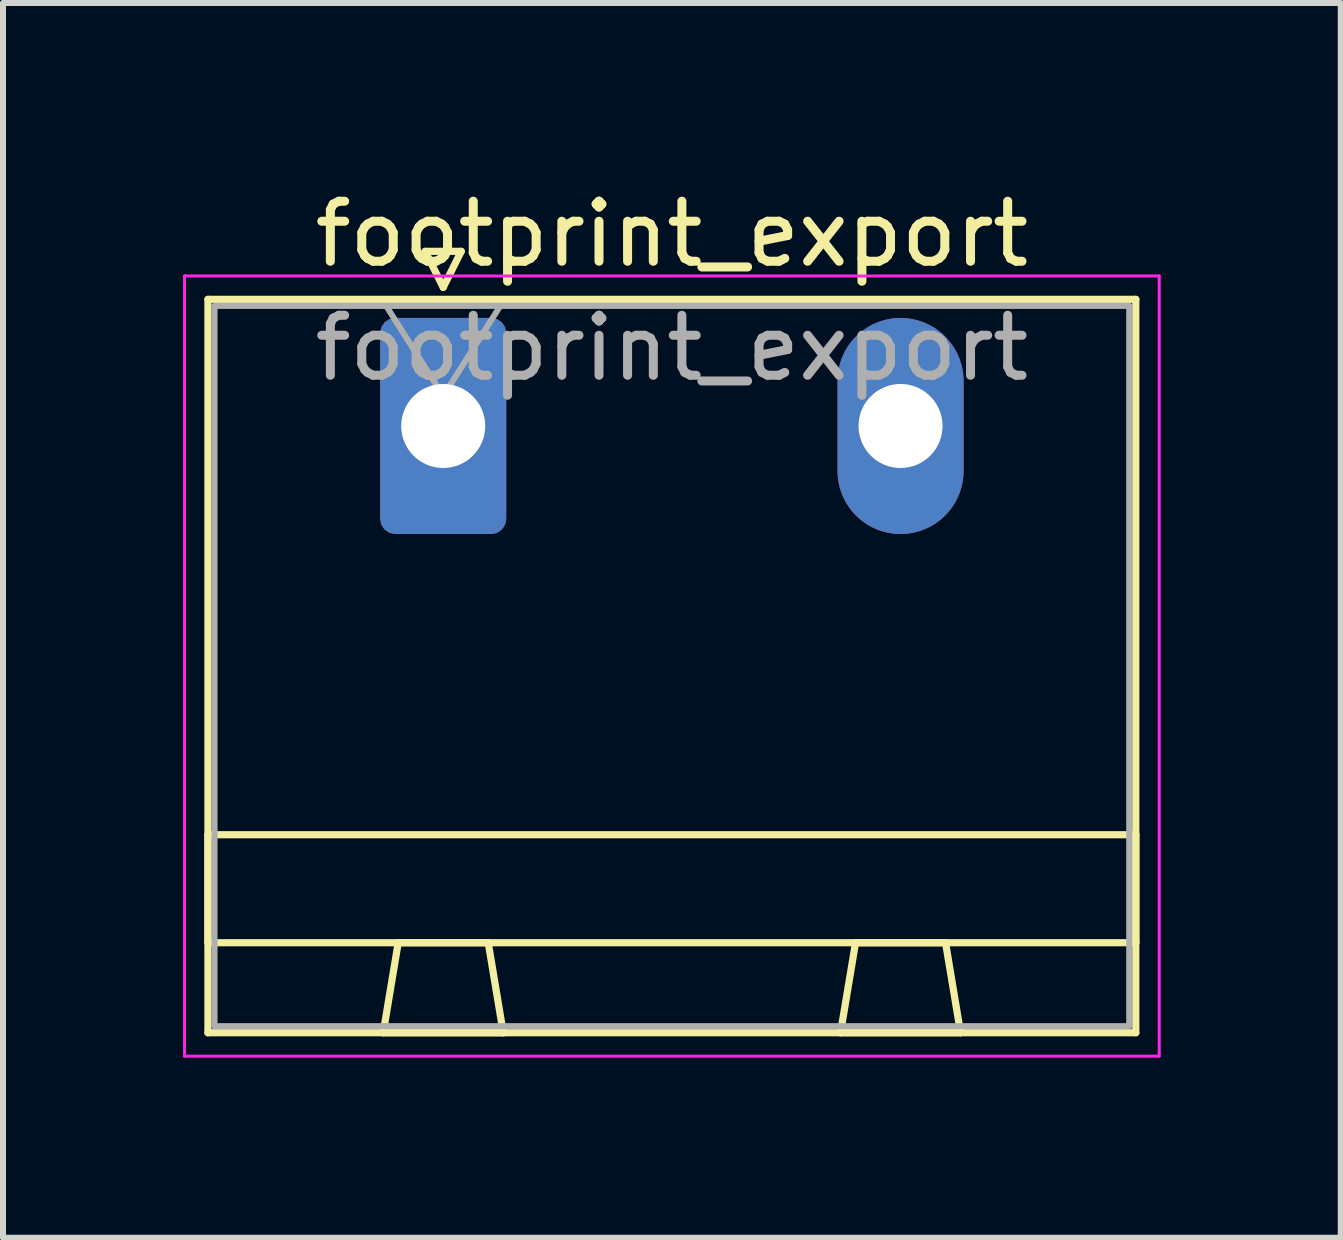
<source format=kicad_pcb>
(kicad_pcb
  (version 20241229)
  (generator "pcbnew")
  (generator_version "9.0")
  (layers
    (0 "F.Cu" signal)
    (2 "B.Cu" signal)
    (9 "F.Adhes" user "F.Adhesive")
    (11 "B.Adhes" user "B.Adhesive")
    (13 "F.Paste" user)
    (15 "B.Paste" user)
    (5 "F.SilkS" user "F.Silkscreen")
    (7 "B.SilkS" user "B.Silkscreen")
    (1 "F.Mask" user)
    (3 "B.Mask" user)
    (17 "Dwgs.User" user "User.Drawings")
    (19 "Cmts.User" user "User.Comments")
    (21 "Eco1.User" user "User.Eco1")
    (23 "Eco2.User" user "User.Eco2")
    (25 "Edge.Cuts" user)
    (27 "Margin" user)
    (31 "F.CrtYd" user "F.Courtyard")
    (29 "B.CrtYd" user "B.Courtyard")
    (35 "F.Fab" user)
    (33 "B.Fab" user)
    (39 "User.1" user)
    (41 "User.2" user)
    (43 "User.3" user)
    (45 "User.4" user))
  (footprint "footprint_export"
    (layer "F.Cu")
    (at 4.335 4.048)
    (property "Reference" "footprint_export" (at 3.81 -3.2 0) (layer "F.SilkS") (effects (font (size 1 1) (thickness 0.15))))
    (attr through_hole)
    (fp_line (start -3.92 -2.11) (end -3.92 10.11) (stroke (width 0.12) (type solid)) (layer "F.SilkS"))
    (fp_line (start -3.92 6.81) (end 11.54 6.81) (stroke (width 0.12) (type solid)) (layer "F.SilkS"))
    (fp_line (start -3.92 8.61) (end -3.92 6.81) (stroke (width 0.12) (type solid)) (layer "F.SilkS"))
    (fp_line (start -3.92 10.11) (end 11.54 10.11) (stroke (width 0.12) (type solid)) (layer "F.SilkS"))
    (fp_line (start -1 10.11) (end 1 10.11) (stroke (width 0.12) (type solid)) (layer "F.SilkS"))
    (fp_line (start -0.75 8.61) (end -1 10.11) (stroke (width 0.12) (type solid)) (layer "F.SilkS"))
    (fp_line (start -0.3 -2.91) (end 0.3 -2.91) (stroke (width 0.12) (type solid)) (layer "F.SilkS"))
    (fp_line (start 0 -2.31) (end -0.3 -2.91) (stroke (width 0.12) (type solid)) (layer "F.SilkS"))
    (fp_line (start 0.3 -2.91) (end 0 -2.31) (stroke (width 0.12) (type solid)) (layer "F.SilkS"))
    (fp_line (start 0.75 8.61) (end -0.75 8.61) (stroke (width 0.12) (type solid)) (layer "F.SilkS"))
    (fp_line (start 1 10.11) (end 0.75 8.61) (stroke (width 0.12) (type solid)) (layer "F.SilkS"))
    (fp_line (start 6.62 10.11) (end 8.62 10.11) (stroke (width 0.12) (type solid)) (layer "F.SilkS"))
    (fp_line (start 6.87 8.61) (end 6.62 10.11) (stroke (width 0.12) (type solid)) (layer "F.SilkS"))
    (fp_line (start 8.37 8.61) (end 6.87 8.61) (stroke (width 0.12) (type solid)) (layer "F.SilkS"))
    (fp_line (start 8.62 10.11) (end 8.37 8.61) (stroke (width 0.12) (type solid)) (layer "F.SilkS"))
    (fp_line (start 11.54 -2.11) (end -3.92 -2.11) (stroke (width 0.12) (type solid)) (layer "F.SilkS"))
    (fp_line (start 11.54 6.81) (end 11.54 8.61) (stroke (width 0.12) (type solid)) (layer "F.SilkS"))
    (fp_line (start 11.54 8.61) (end -3.92 8.61) (stroke (width 0.12) (type solid)) (layer "F.SilkS"))
    (fp_line (start 11.54 10.11) (end 11.54 -2.11) (stroke (width 0.12) (type solid)) (layer "F.SilkS"))
    (fp_line (start -4.31 -2.5) (end -4.31 10.5) (stroke (width 0.05) (type solid)) (layer "F.CrtYd"))
    (fp_line (start -4.31 10.5) (end 11.93 10.5) (stroke (width 0.05) (type solid)) (layer "F.CrtYd"))
    (fp_line (start 11.93 -2.5) (end -4.31 -2.5) (stroke (width 0.05) (type solid)) (layer "F.CrtYd"))
    (fp_line (start 11.93 10.5) (end 11.93 -2.5) (stroke (width 0.05) (type solid)) (layer "F.CrtYd"))
    (fp_line (start -3.81 -2) (end -3.81 10) (stroke (width 0.1) (type solid)) (layer "F.Fab"))
    (fp_line (start -3.81 10) (end 11.43 10) (stroke (width 0.1) (type solid)) (layer "F.Fab"))
    (fp_line (start 0 -0.5) (end -0.95 -2) (stroke (width 0.1) (type solid)) (layer "F.Fab"))
    (fp_line (start 0.95 -2) (end 0 -0.5) (stroke (width 0.1) (type solid)) (layer "F.Fab"))
    (fp_line (start 11.43 -2) (end -3.81 -2) (stroke (width 0.1) (type solid)) (layer "F.Fab"))
    (fp_line (start 11.43 10) (end 11.43 -2) (stroke (width 0.1) (type solid)) (layer "F.Fab"))
    (fp_text user "${REFERENCE}" (at 3.81 -1.3 0) (layer "F.Fab") (effects (font (size 1 1) (thickness 0.15))))
    (pad "1" thru_hole roundrect (at 0 0) (size 2.1 3.6) (drill 1.4) (layers "*.Cu" "*.Mask") (roundrect_rratio 0.119))
    (pad "2" thru_hole oval (at 7.62 0) (size 2.1 3.6) (drill 1.4) (layers "*.Cu" "*.Mask")))
  (gr_rect
    (start -3 -3)
    (end 19.29 17.573)
    (stroke (width 0.1) (type default))
    (fill no)
    (layer "Edge.Cuts")))
</source>
